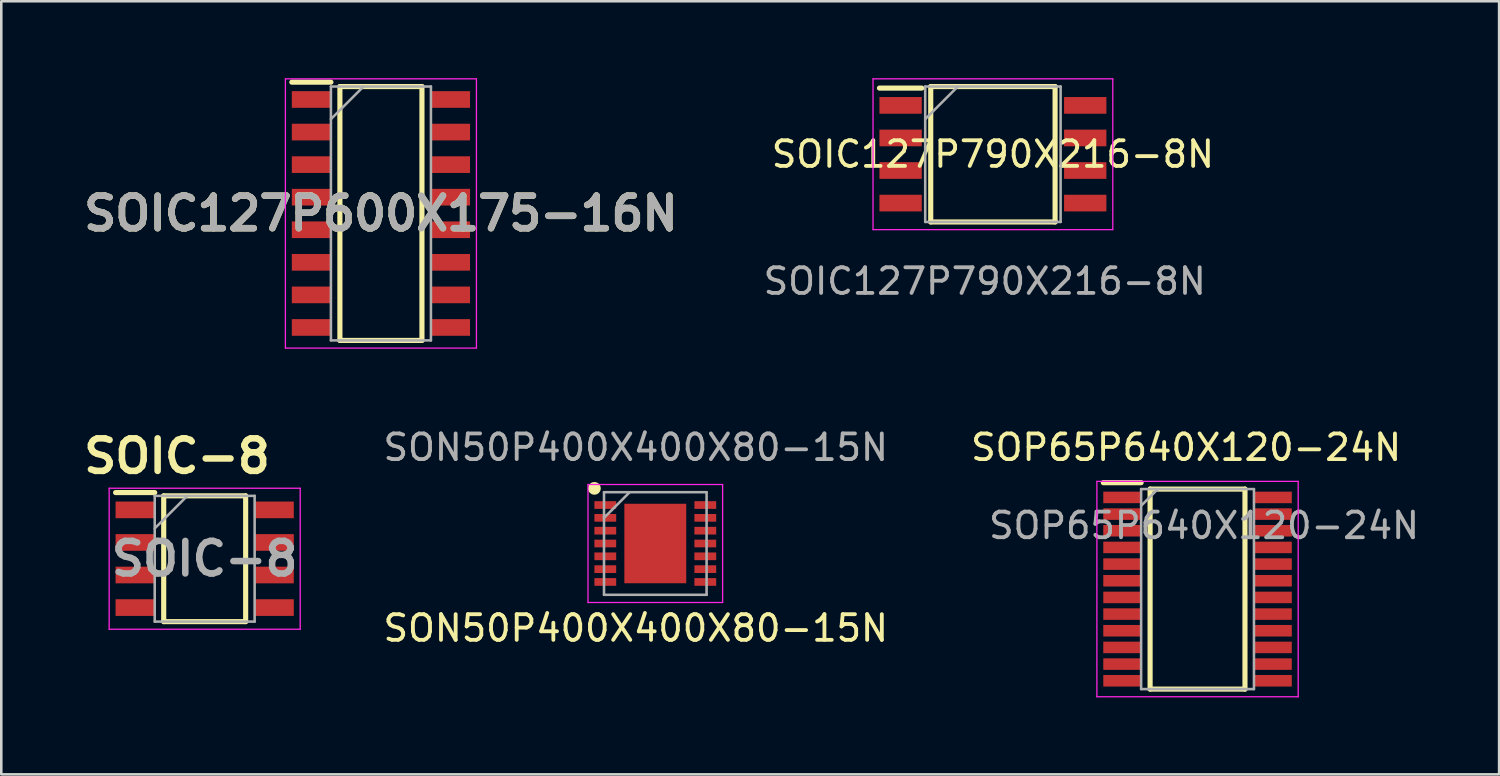
<source format=kicad_pcb>
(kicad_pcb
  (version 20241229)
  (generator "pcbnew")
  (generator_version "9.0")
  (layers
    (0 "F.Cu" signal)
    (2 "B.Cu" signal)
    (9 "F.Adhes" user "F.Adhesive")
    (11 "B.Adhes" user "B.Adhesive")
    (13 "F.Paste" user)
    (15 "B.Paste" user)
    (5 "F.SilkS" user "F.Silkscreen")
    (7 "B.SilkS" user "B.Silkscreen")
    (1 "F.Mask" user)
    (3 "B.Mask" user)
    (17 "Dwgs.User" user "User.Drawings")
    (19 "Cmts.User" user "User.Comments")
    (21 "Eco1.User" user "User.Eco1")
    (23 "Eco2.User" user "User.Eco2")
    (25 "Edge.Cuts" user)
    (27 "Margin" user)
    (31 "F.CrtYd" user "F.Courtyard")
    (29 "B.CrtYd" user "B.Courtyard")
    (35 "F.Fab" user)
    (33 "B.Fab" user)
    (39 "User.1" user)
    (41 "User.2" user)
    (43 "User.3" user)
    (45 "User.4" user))
  (footprint "SOIC-8"
    (layer "F.Cu")
    (at 4.932 18.739)
    (property "Reference" "SOIC-8" (at -1.079 -4 0) (layer "F.SilkS") (effects (font (size 1.27 1.27) (thickness 0.254))))
    (attr smd)
    (fp_line (start -3.475 -2.58) (end -1.948 -2.58) (stroke (width 0.2) (type solid)) (layer "F.SilkS"))
    (fp_line (start -1.598 -2.452) (end 1.598 -2.452) (stroke (width 0.2) (type solid)) (layer "F.SilkS"))
    (fp_line (start -1.598 2.452) (end -1.598 -2.452) (stroke (width 0.2) (type solid)) (layer "F.SilkS"))
    (fp_line (start 1.598 -2.452) (end 1.598 2.452) (stroke (width 0.2) (type solid)) (layer "F.SilkS"))
    (fp_line (start 1.598 2.452) (end -1.598 2.452) (stroke (width 0.2) (type solid)) (layer "F.SilkS"))
    (fp_line (start -3.725 -2.75) (end 3.725 -2.75) (stroke (width 0.05) (type solid)) (layer "F.CrtYd"))
    (fp_line (start -3.725 2.75) (end -3.725 -2.75) (stroke (width 0.05) (type solid)) (layer "F.CrtYd"))
    (fp_line (start 3.725 -2.75) (end 3.725 2.75) (stroke (width 0.05) (type solid)) (layer "F.CrtYd"))
    (fp_line (start 3.725 2.75) (end -3.725 2.75) (stroke (width 0.05) (type solid)) (layer "F.CrtYd"))
    (fp_line (start -1.948 -2.452) (end 1.948 -2.452) (stroke (width 0.1) (type solid)) (layer "F.Fab"))
    (fp_line (start -1.948 -1.182) (end -0.678 -2.452) (stroke (width 0.1) (type solid)) (layer "F.Fab"))
    (fp_line (start -1.948 2.452) (end -1.948 -2.452) (stroke (width 0.1) (type solid)) (layer "F.Fab"))
    (fp_line (start 1.948 -2.452) (end 1.948 2.452) (stroke (width 0.1) (type solid)) (layer "F.Fab"))
    (fp_line (start 1.948 2.452) (end -1.948 2.452) (stroke (width 0.1) (type solid)) (layer "F.Fab"))
    (fp_text user "${REFERENCE}" (at 0 0 0) (layer "F.Fab") (effects (font (size 1.27 1.27) (thickness 0.254))))
    (pad "1" smd rect (at -2.711 -1.905 90) (size 0.65 1.528) (layers "F.Cu" "F.Mask" "F.Paste"))
    (pad "2" smd rect (at -2.711 -0.635 90) (size 0.65 1.528) (layers "F.Cu" "F.Mask" "F.Paste"))
    (pad "3" smd rect (at -2.711 0.635 90) (size 0.65 1.528) (layers "F.Cu" "F.Mask" "F.Paste"))
    (pad "4" smd rect (at -2.711 1.905 90) (size 0.65 1.528) (layers "F.Cu" "F.Mask" "F.Paste"))
    (pad "5" smd rect (at 2.711 1.905 90) (size 0.65 1.528) (layers "F.Cu" "F.Mask" "F.Paste"))
    (pad "6" smd rect (at 2.711 0.635 90) (size 0.65 1.528) (layers "F.Cu" "F.Mask" "F.Paste"))
    (pad "7" smd rect (at 2.711 -0.635 90) (size 0.65 1.528) (layers "F.Cu" "F.Mask" "F.Paste"))
    (pad "8" smd rect (at 2.711 -1.905 90) (size 0.65 1.528) (layers "F.Cu" "F.Mask" "F.Paste")))
  (footprint "SOIC127P600X175-16N"
    (layer "F.Cu")
    (at 11.805 5.275)
    (property "Reference" "SOIC127P600X175-16N" (at 0 0 0) (layer "F.SilkS") (effects (font (size 1.27 1.27) (thickness 0.254))))
    (attr smd)
    (fp_line (start -3.475 -5.12) (end -1.95 -5.12) (stroke (width 0.2) (type solid)) (layer "F.SilkS"))
    (fp_line (start -1.6 -4.95) (end 1.6 -4.95) (stroke (width 0.2) (type solid)) (layer "F.SilkS"))
    (fp_line (start -1.6 4.95) (end -1.6 -4.95) (stroke (width 0.2) (type solid)) (layer "F.SilkS"))
    (fp_line (start 1.6 -4.95) (end 1.6 4.95) (stroke (width 0.2) (type solid)) (layer "F.SilkS"))
    (fp_line (start 1.6 4.95) (end -1.6 4.95) (stroke (width 0.2) (type solid)) (layer "F.SilkS"))
    (fp_line (start -3.725 -5.25) (end 3.725 -5.25) (stroke (width 0.05) (type solid)) (layer "F.CrtYd"))
    (fp_line (start -3.725 5.25) (end -3.725 -5.25) (stroke (width 0.05) (type solid)) (layer "F.CrtYd"))
    (fp_line (start 3.725 -5.25) (end 3.725 5.25) (stroke (width 0.05) (type solid)) (layer "F.CrtYd"))
    (fp_line (start 3.725 5.25) (end -3.725 5.25) (stroke (width 0.05) (type solid)) (layer "F.CrtYd"))
    (fp_line (start -1.95 -4.95) (end 1.95 -4.95) (stroke (width 0.1) (type solid)) (layer "F.Fab"))
    (fp_line (start -1.95 -3.68) (end -0.68 -4.95) (stroke (width 0.1) (type solid)) (layer "F.Fab"))
    (fp_line (start -1.95 4.95) (end -1.95 -4.95) (stroke (width 0.1) (type solid)) (layer "F.Fab"))
    (fp_line (start 1.95 -4.95) (end 1.95 4.95) (stroke (width 0.1) (type solid)) (layer "F.Fab"))
    (fp_line (start 1.95 4.95) (end -1.95 4.95) (stroke (width 0.1) (type solid)) (layer "F.Fab"))
    (fp_text user "${REFERENCE}" (at 0 0 0) (layer "F.Fab") (effects (font (size 1.27 1.27) (thickness 0.254))))
    (pad "1" smd rect (at -2.712 -4.445 90) (size 0.65 1.525) (layers "F.Cu" "F.Mask" "F.Paste"))
    (pad "2" smd rect (at -2.712 -3.175 90) (size 0.65 1.525) (layers "F.Cu" "F.Mask" "F.Paste"))
    (pad "3" smd rect (at -2.712 -1.905 90) (size 0.65 1.525) (layers "F.Cu" "F.Mask" "F.Paste"))
    (pad "4" smd rect (at -2.712 -0.635 90) (size 0.65 1.525) (layers "F.Cu" "F.Mask" "F.Paste"))
    (pad "5" smd rect (at -2.712 0.635 90) (size 0.65 1.525) (layers "F.Cu" "F.Mask" "F.Paste"))
    (pad "6" smd rect (at -2.712 1.905 90) (size 0.65 1.525) (layers "F.Cu" "F.Mask" "F.Paste"))
    (pad "7" smd rect (at -2.712 3.175 90) (size 0.65 1.525) (layers "F.Cu" "F.Mask" "F.Paste"))
    (pad "8" smd rect (at -2.712 4.445 90) (size 0.65 1.525) (layers "F.Cu" "F.Mask" "F.Paste"))
    (pad "9" smd rect (at 2.712 4.445 90) (size 0.65 1.525) (layers "F.Cu" "F.Mask" "F.Paste"))
    (pad "10" smd rect (at 2.712 3.175 90) (size 0.65 1.525) (layers "F.Cu" "F.Mask" "F.Paste"))
    (pad "11" smd rect (at 2.712 1.905 90) (size 0.65 1.525) (layers "F.Cu" "F.Mask" "F.Paste"))
    (pad "12" smd rect (at 2.712 0.635 90) (size 0.65 1.525) (layers "F.Cu" "F.Mask" "F.Paste"))
    (pad "13" smd rect (at 2.712 -0.635 90) (size 0.65 1.525) (layers "F.Cu" "F.Mask" "F.Paste"))
    (pad "14" smd rect (at 2.712 -1.905 90) (size 0.65 1.525) (layers "F.Cu" "F.Mask" "F.Paste"))
    (pad "15" smd rect (at 2.712 -3.175 90) (size 0.65 1.525) (layers "F.Cu" "F.Mask" "F.Paste"))
    (pad "16" smd rect (at 2.712 -4.445 90) (size 0.65 1.525) (layers "F.Cu" "F.Mask" "F.Paste")))
  (footprint "SOIC127P790X216-8N"
    (layer "F.Cu")
    (at 35.671 2.965)
    (property "Reference" "SOIC127P790X216-8N" (at 0 0 0) (layer "F.SilkS") (effects (font (size 1 1) (thickness 0.15))))
    (attr smd)
    (fp_line (start -4.425 -2.58) (end -2.775 -2.58) (stroke (width 0.2) (type solid)) (layer "F.SilkS"))
    (fp_line (start -2.425 -2.64) (end 2.425 -2.64) (stroke (width 0.2) (type solid)) (layer "F.SilkS"))
    (fp_line (start -2.425 2.64) (end -2.425 -2.64) (stroke (width 0.2) (type solid)) (layer "F.SilkS"))
    (fp_line (start 2.425 -2.64) (end 2.425 2.64) (stroke (width 0.2) (type solid)) (layer "F.SilkS"))
    (fp_line (start 2.425 2.64) (end -2.425 2.64) (stroke (width 0.2) (type solid)) (layer "F.SilkS"))
    (fp_line (start -4.675 -2.94) (end 4.675 -2.94) (stroke (width 0.05) (type solid)) (layer "F.CrtYd"))
    (fp_line (start -4.675 2.94) (end -4.675 -2.94) (stroke (width 0.05) (type solid)) (layer "F.CrtYd"))
    (fp_line (start 4.675 -2.94) (end 4.675 2.94) (stroke (width 0.05) (type solid)) (layer "F.CrtYd"))
    (fp_line (start 4.675 2.94) (end -4.675 2.94) (stroke (width 0.05) (type solid)) (layer "F.CrtYd"))
    (fp_line (start -2.64 -2.64) (end 2.64 -2.64) (stroke (width 0.1) (type solid)) (layer "F.Fab"))
    (fp_line (start -2.64 -1.37) (end -1.37 -2.64) (stroke (width 0.1) (type solid)) (layer "F.Fab"))
    (fp_line (start -2.64 2.64) (end -2.64 -2.64) (stroke (width 0.1) (type solid)) (layer "F.Fab"))
    (fp_line (start 2.64 -2.64) (end 2.64 2.64) (stroke (width 0.1) (type solid)) (layer "F.Fab"))
    (fp_line (start 2.64 2.64) (end -2.64 2.64) (stroke (width 0.1) (type solid)) (layer "F.Fab"))
    (fp_text user "${REFERENCE}" (at -0.318 4.953 0) (layer "F.Fab") (effects (font (size 1 1) (thickness 0.15))))
    (pad "1" smd rect (at -3.6 -1.905 90) (size 0.65 1.65) (layers "F.Cu" "F.Mask" "F.Paste"))
    (pad "2" smd rect (at -3.6 -0.635 90) (size 0.65 1.65) (layers "F.Cu" "F.Mask" "F.Paste"))
    (pad "3" smd rect (at -3.6 0.635 90) (size 0.65 1.65) (layers "F.Cu" "F.Mask" "F.Paste"))
    (pad "4" smd rect (at -3.6 1.905 90) (size 0.65 1.65) (layers "F.Cu" "F.Mask" "F.Paste"))
    (pad "5" smd rect (at 3.6 1.905 90) (size 0.65 1.65) (layers "F.Cu" "F.Mask" "F.Paste"))
    (pad "6" smd rect (at 3.6 0.635 90) (size 0.65 1.65) (layers "F.Cu" "F.Mask" "F.Paste"))
    (pad "7" smd rect (at 3.6 -0.635 90) (size 0.65 1.65) (layers "F.Cu" "F.Mask" "F.Paste"))
    (pad "8" smd rect (at 3.6 -1.905 90) (size 0.65 1.65) (layers "F.Cu" "F.Mask" "F.Paste")))
  (footprint "SOP65P640X120-24N"
    (layer "F.Cu")
    (at 43.651 19.923)
    (property "Reference" "SOP65P640X120-24N" (at -0.445 -5.524 0) (layer "F.SilkS") (effects (font (size 1 1) (thickness 0.15))))
    (attr smd)
    (fp_line (start -3.675 -4.15) (end -2.2 -4.15) (stroke (width 0.2) (type solid)) (layer "F.SilkS"))
    (fp_line (start -1.85 -3.9) (end 1.85 -3.9) (stroke (width 0.2) (type solid)) (layer "F.SilkS"))
    (fp_line (start -1.85 3.9) (end -1.85 -3.9) (stroke (width 0.2) (type solid)) (layer "F.SilkS"))
    (fp_line (start 1.85 -3.9) (end 1.85 3.9) (stroke (width 0.2) (type solid)) (layer "F.SilkS"))
    (fp_line (start 1.85 3.9) (end -1.85 3.9) (stroke (width 0.2) (type solid)) (layer "F.SilkS"))
    (fp_line (start -3.925 -4.2) (end 3.925 -4.2) (stroke (width 0.05) (type solid)) (layer "F.CrtYd"))
    (fp_line (start -3.925 4.2) (end -3.925 -4.2) (stroke (width 0.05) (type solid)) (layer "F.CrtYd"))
    (fp_line (start 3.925 -4.2) (end 3.925 4.2) (stroke (width 0.05) (type solid)) (layer "F.CrtYd"))
    (fp_line (start 3.925 4.2) (end -3.925 4.2) (stroke (width 0.05) (type solid)) (layer "F.CrtYd"))
    (fp_line (start -2.2 -3.9) (end 2.2 -3.9) (stroke (width 0.1) (type solid)) (layer "F.Fab"))
    (fp_line (start -2.2 -3.25) (end -1.55 -3.9) (stroke (width 0.1) (type solid)) (layer "F.Fab"))
    (fp_line (start -2.2 3.9) (end -2.2 -3.9) (stroke (width 0.1) (type solid)) (layer "F.Fab"))
    (fp_line (start 2.2 -3.9) (end 2.2 3.9) (stroke (width 0.1) (type solid)) (layer "F.Fab"))
    (fp_line (start 2.2 3.9) (end -2.2 3.9) (stroke (width 0.1) (type solid)) (layer "F.Fab"))
    (fp_text user "${REFERENCE}" (at 0.254 -2.477 0) (layer "F.Fab") (effects (font (size 1 1) (thickness 0.15))))
    (pad "1" smd rect (at -2.938 -3.575 90) (size 0.45 1.475) (layers "F.Cu" "F.Mask" "F.Paste"))
    (pad "2" smd rect (at -2.938 -2.925 90) (size 0.45 1.475) (layers "F.Cu" "F.Mask" "F.Paste"))
    (pad "3" smd rect (at -2.938 -2.275 90) (size 0.45 1.475) (layers "F.Cu" "F.Mask" "F.Paste"))
    (pad "4" smd rect (at -2.938 -1.625 90) (size 0.45 1.475) (layers "F.Cu" "F.Mask" "F.Paste"))
    (pad "5" smd rect (at -2.938 -0.975 90) (size 0.45 1.475) (layers "F.Cu" "F.Mask" "F.Paste"))
    (pad "6" smd rect (at -2.938 -0.325 90) (size 0.45 1.475) (layers "F.Cu" "F.Mask" "F.Paste"))
    (pad "7" smd rect (at -2.938 0.325 90) (size 0.45 1.475) (layers "F.Cu" "F.Mask" "F.Paste"))
    (pad "8" smd rect (at -2.938 0.975 90) (size 0.45 1.475) (layers "F.Cu" "F.Mask" "F.Paste"))
    (pad "9" smd rect (at -2.938 1.625 90) (size 0.45 1.475) (layers "F.Cu" "F.Mask" "F.Paste"))
    (pad "10" smd rect (at -2.938 2.275 90) (size 0.45 1.475) (layers "F.Cu" "F.Mask" "F.Paste"))
    (pad "11" smd rect (at -2.938 2.925 90) (size 0.45 1.475) (layers "F.Cu" "F.Mask" "F.Paste"))
    (pad "12" smd rect (at -2.938 3.575 90) (size 0.45 1.475) (layers "F.Cu" "F.Mask" "F.Paste"))
    (pad "13" smd rect (at 2.938 3.575 90) (size 0.45 1.475) (layers "F.Cu" "F.Mask" "F.Paste"))
    (pad "14" smd rect (at 2.938 2.925 90) (size 0.45 1.475) (layers "F.Cu" "F.Mask" "F.Paste"))
    (pad "15" smd rect (at 2.938 2.275 90) (size 0.45 1.475) (layers "F.Cu" "F.Mask" "F.Paste"))
    (pad "16" smd rect (at 2.938 1.625 90) (size 0.45 1.475) (layers "F.Cu" "F.Mask" "F.Paste"))
    (pad "17" smd rect (at 2.938 0.975 90) (size 0.45 1.475) (layers "F.Cu" "F.Mask" "F.Paste"))
    (pad "18" smd rect (at 2.938 0.325 90) (size 0.45 1.475) (layers "F.Cu" "F.Mask" "F.Paste"))
    (pad "19" smd rect (at 2.938 -0.325 90) (size 0.45 1.475) (layers "F.Cu" "F.Mask" "F.Paste"))
    (pad "20" smd rect (at 2.938 -0.975 90) (size 0.45 1.475) (layers "F.Cu" "F.Mask" "F.Paste"))
    (pad "21" smd rect (at 2.938 -1.625 90) (size 0.45 1.475) (layers "F.Cu" "F.Mask" "F.Paste"))
    (pad "22" smd rect (at 2.938 -2.275 90) (size 0.45 1.475) (layers "F.Cu" "F.Mask" "F.Paste"))
    (pad "23" smd rect (at 2.938 -2.925 90) (size 0.45 1.475) (layers "F.Cu" "F.Mask" "F.Paste"))
    (pad "24" smd rect (at 2.938 -3.575 90) (size 0.45 1.475) (layers "F.Cu" "F.Mask" "F.Paste")))
  (footprint "SON50P400X400X80-15N"
    (layer "F.Cu")
    (at 22.505 18.145)
    (property "Reference" "SON50P400X400X80-15N" (at -0.762 3.302 0) (layer "F.SilkS") (effects (font (size 1 1) (thickness 0.15))))
    (attr smd)
    (fp_circle (center -2.375 -2.15) (end -2.375 -2.025) (stroke (width 0.25) (type solid)) (fill no) (layer "F.SilkS"))
    (fp_line (start -2.625 -2.3) (end 2.625 -2.3) (stroke (width 0.05) (type solid)) (layer "F.CrtYd"))
    (fp_line (start -2.625 2.3) (end -2.625 -2.3) (stroke (width 0.05) (type solid)) (layer "F.CrtYd"))
    (fp_line (start 2.625 -2.3) (end 2.625 2.3) (stroke (width 0.05) (type solid)) (layer "F.CrtYd"))
    (fp_line (start 2.625 2.3) (end -2.625 2.3) (stroke (width 0.05) (type solid)) (layer "F.CrtYd"))
    (fp_line (start -2 -2) (end 2 -2) (stroke (width 0.1) (type solid)) (layer "F.Fab"))
    (fp_line (start -2 -1) (end -1 -2) (stroke (width 0.1) (type solid)) (layer "F.Fab"))
    (fp_line (start -2 2) (end -2 -2) (stroke (width 0.1) (type solid)) (layer "F.Fab"))
    (fp_line (start 2 -2) (end 2 2) (stroke (width 0.1) (type solid)) (layer "F.Fab"))
    (fp_line (start 2 2) (end -2 2) (stroke (width 0.1) (type solid)) (layer "F.Fab"))
    (fp_text user "${REFERENCE}" (at -0.762 -3.747 0) (layer "F.Fab") (effects (font (size 1 1) (thickness 0.15))))
    (pad "1" smd rect (at -1.95 -1.5 90) (size 0.3 0.85) (layers "F.Cu" "F.Mask" "F.Paste"))
    (pad "2" smd rect (at -1.95 -1 90) (size 0.3 0.85) (layers "F.Cu" "F.Mask" "F.Paste"))
    (pad "3" smd rect (at -1.95 -0.5 90) (size 0.3 0.85) (layers "F.Cu" "F.Mask" "F.Paste"))
    (pad "4" smd rect (at -1.95 0 90) (size 0.3 0.85) (layers "F.Cu" "F.Mask" "F.Paste"))
    (pad "5" smd rect (at -1.95 0.5 90) (size 0.3 0.85) (layers "F.Cu" "F.Mask" "F.Paste"))
    (pad "6" smd rect (at -1.95 1 90) (size 0.3 0.85) (layers "F.Cu" "F.Mask" "F.Paste"))
    (pad "7" smd rect (at -1.95 1.5 90) (size 0.3 0.85) (layers "F.Cu" "F.Mask" "F.Paste"))
    (pad "8" smd rect (at 1.95 1.5 90) (size 0.3 0.85) (layers "F.Cu" "F.Mask" "F.Paste"))
    (pad "9" smd rect (at 1.95 1 90) (size 0.3 0.85) (layers "F.Cu" "F.Mask" "F.Paste"))
    (pad "10" smd rect (at 1.95 0.5 90) (size 0.3 0.85) (layers "F.Cu" "F.Mask" "F.Paste"))
    (pad "11" smd rect (at 1.95 0 90) (size 0.3 0.85) (layers "F.Cu" "F.Mask" "F.Paste"))
    (pad "12" smd rect (at 1.95 -0.5 90) (size 0.3 0.85) (layers "F.Cu" "F.Mask" "F.Paste"))
    (pad "13" smd rect (at 1.95 -1 90) (size 0.3 0.85) (layers "F.Cu" "F.Mask" "F.Paste"))
    (pad "14" smd rect (at 1.95 -1.5 90) (size 0.3 0.85) (layers "F.Cu" "F.Mask" "F.Paste"))
    (pad "15" smd rect (at 0 0) (size 2.413 3.1) (layers "F.Cu" "F.Mask" "F.Paste")))
  (gr_rect
    (start -3 -3)
    (end 55.411 27.148)
    (stroke (width 0.1) (type default))
    (fill no)
    (layer "Edge.Cuts")))
</source>
